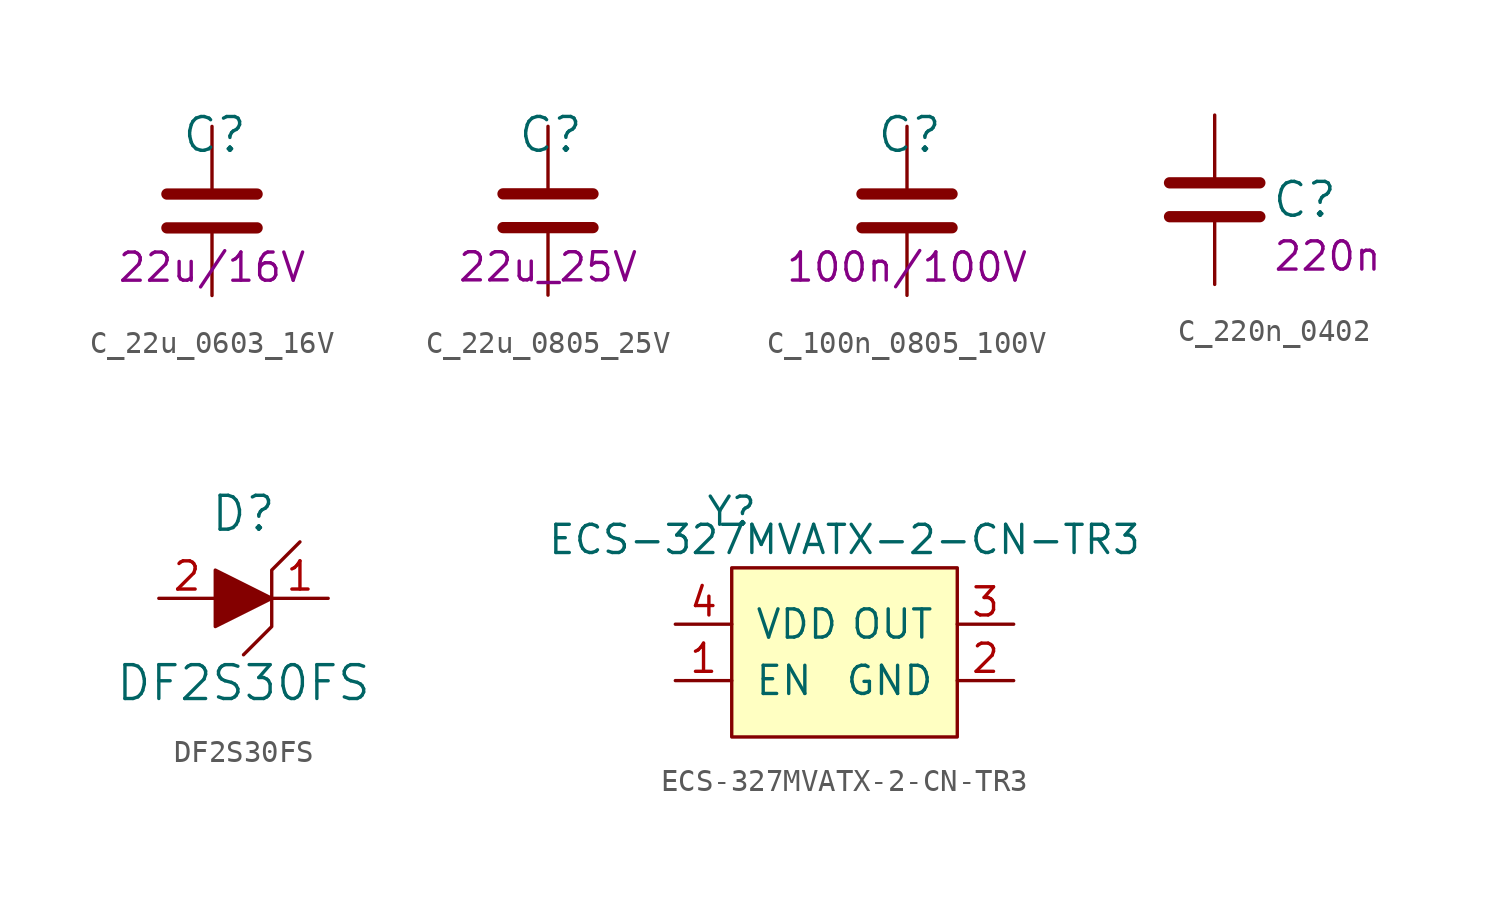
<source format=kicad_sym>
(kicad_symbol_lib
  (version 20220914)
  (generator kicad_symbol_editor)
  (symbol "C_22u_0603_16V"
    (pin_names
      (offset 0))
    (property "Reference" "C"
      (at -1.397 3.429 0)
      (effects (font (size 1.524 1.524)) (justify left)))
    (property "Val" "22u/16V"
      (at 0 -2.54 0)
      (effects (font (size 1.27 1.27))))
    (symbol "C_22u_0603_16V_1_1"
      (polyline (pts (xy -2.032 -0.762) (xy 2.032 -0.762)) (stroke (width 0.508) (type default)) (fill (type none)))
      (polyline (pts (xy -2.032 0.762) (xy 2.032 0.762)) (stroke (width 0.508) (type default)) (fill (type none)))
      (pin passive line (at 0 3.81 270) (length 2.794) (name "~" (effects (font (size 0 0)))) (number "1" (effects (font (size 0 0)))))
      (pin passive line (at 0 -3.81 90) (length 2.794) (name "~" (effects (font (size 0 0)))) (number "2" (effects (font (size 0 0)))))))
  (symbol "C_22u_0805_25V"
    (pin_names
      (offset 0))
    (property "Reference" "C"
      (at -1.397 3.429 0)
      (effects (font (size 1.524 1.524)) (justify left)))
    (property "Val" "22u_25V"
      (at 0 -2.54 0)
      (effects (font (size 1.27 1.27))))
    (symbol "C_22u_0805_25V_1_1"
      (polyline (pts (xy -2.032 -0.762) (xy 2.032 -0.762)) (stroke (width 0.508) (type default)) (fill (type none)))
      (polyline (pts (xy -2.032 0.762) (xy 2.032 0.762)) (stroke (width 0.508) (type default)) (fill (type none)))
      (pin passive line (at 0 3.81 270) (length 2.794) (name "~" (effects (font (size 0 0)))) (number "1" (effects (font (size 0 0)))))
      (pin passive line (at 0 -3.81 90) (length 2.794) (name "~" (effects (font (size 0 0)))) (number "2" (effects (font (size 0 0)))))))
  (symbol "C_100n_0805_100V"
    (pin_names
      (offset 0))
    (property "Reference" "C"
      (at -1.397 3.429 0)
      (effects (font (size 1.524 1.524)) (justify left)))
    (property "Val" "100n/100V"
      (at 0 -2.54 0)
      (effects (font (size 1.27 1.27))))
    (symbol "C_100n_0805_100V_1_1"
      (polyline (pts (xy -2.032 -0.762) (xy 2.032 -0.762)) (stroke (width 0.508) (type default)) (fill (type none)))
      (polyline (pts (xy -2.032 0.762) (xy 2.032 0.762)) (stroke (width 0.508) (type default)) (fill (type none)))
      (pin passive line (at 0 3.81 270) (length 2.794) (name "~" (effects (font (size 0 0)))) (number "1" (effects (font (size 0 0)))))
      (pin passive line (at 0 -3.81 90) (length 2.794) (name "~" (effects (font (size 0 0)))) (number "2" (effects (font (size 0 0)))))))
  (symbol "C_220n_0402"
    (pin_names
      (offset 0))
    (property "Reference" "C"
      (at 2.54 0 0)
      (effects (font (size 1.524 1.524)) (justify left)))
    (property "Val" "220n"
      (at 5.08 -2.54 0)
      (effects (font (size 1.27 1.27))))
    (symbol "C_220n_0402_1_1"
      (polyline (pts (xy -2.032 -0.762) (xy 2.032 -0.762)) (stroke (width 0.508) (type default)) (fill (type none)))
      (polyline (pts (xy -2.032 0.762) (xy 2.032 0.762)) (stroke (width 0.508) (type default)) (fill (type none)))
      (pin passive line (at 0 3.81 270) (length 2.794) (name "~" (effects (font (size 0 0)))) (number "1" (effects (font (size 0 0)))))
      (pin passive line (at 0 -3.81 90) (length 2.794) (name "~" (effects (font (size 0 0)))) (number "2" (effects (font (size 0 0)))))))
  (symbol "DF2S30FS"
    (pin_names
      (offset 1.016))
    (property "Reference" "D"
      (at 0 3.81 0)
      (effects (font (size 1.524 1.524))))
    (property "Value" "DF2S30FS"
      (at 0 -3.81 0)
      (effects (font (size 1.524 1.524))))
    (symbol "DF2S30FS_0_1"
      (polyline (pts (xy -1.27 1.27) (xy -1.27 -1.27) (xy 1.27 0) (xy -1.27 1.27)) (stroke (width 0) (type default)) (fill (type outline)))
      (polyline (pts (xy 2.54 2.54) (xy 1.27 1.27) (xy 1.27 -1.27) (xy 0 -2.54)) (stroke (width 0) (type default)) (fill (type none))))
    (symbol "DF2S30FS_1_1"
      (pin bidirectional line (at 3.81 0 180) (length 2.54) (name "~" (effects (font (size 1.27 1.27)))) (number "1" (effects (font (size 1.27 1.27)))))
      (pin bidirectional line (at -3.81 0 0) (length 2.54) (name "~" (effects (font (size 1.27 1.27)))) (number "2" (effects (font (size 1.27 1.27)))))))
  (symbol "ECS-327MVATX-2-CN-TR3"
    (pin_names
      (offset 1.016))
    (property "Reference" "Y"
      (at -5.08 5.08 0)
      (effects (font (size 1.27 1.27))))
    (property "Value" "ECS-327MVATX-2-CN-TR3"
      (at 0 3.81 0)
      (effects (font (size 1.27 1.27))))
    (symbol "ECS-327MVATX-2-CN-TR3_0_1"
      (rectangle (start -5.08 2.54) (end 5.08 -5.08) (stroke (width 0) (type default)) (fill (type background))))
    (symbol "ECS-327MVATX-2-CN-TR3_1_1"
      (pin input line (at -7.62 -2.54 0) (length 2.54) (name "EN" (effects (font (size 1.27 1.27)))) (number "1" (effects (font (size 1.27 1.27)))))
      (pin power_in line (at 7.62 -2.54 180) (length 2.54) (name "GND" (effects (font (size 1.27 1.27)))) (number "2" (effects (font (size 1.27 1.27)))))
      (pin output line (at 7.62 0 180) (length 2.54) (name "OUT" (effects (font (size 1.27 1.27)))) (number "3" (effects (font (size 1.27 1.27)))))
      (pin power_in line (at -7.62 0 0) (length 2.54) (name "VDD" (effects (font (size 1.27 1.27)))) (number "4" (effects (font (size 1.27 1.27))))))))
</source>
